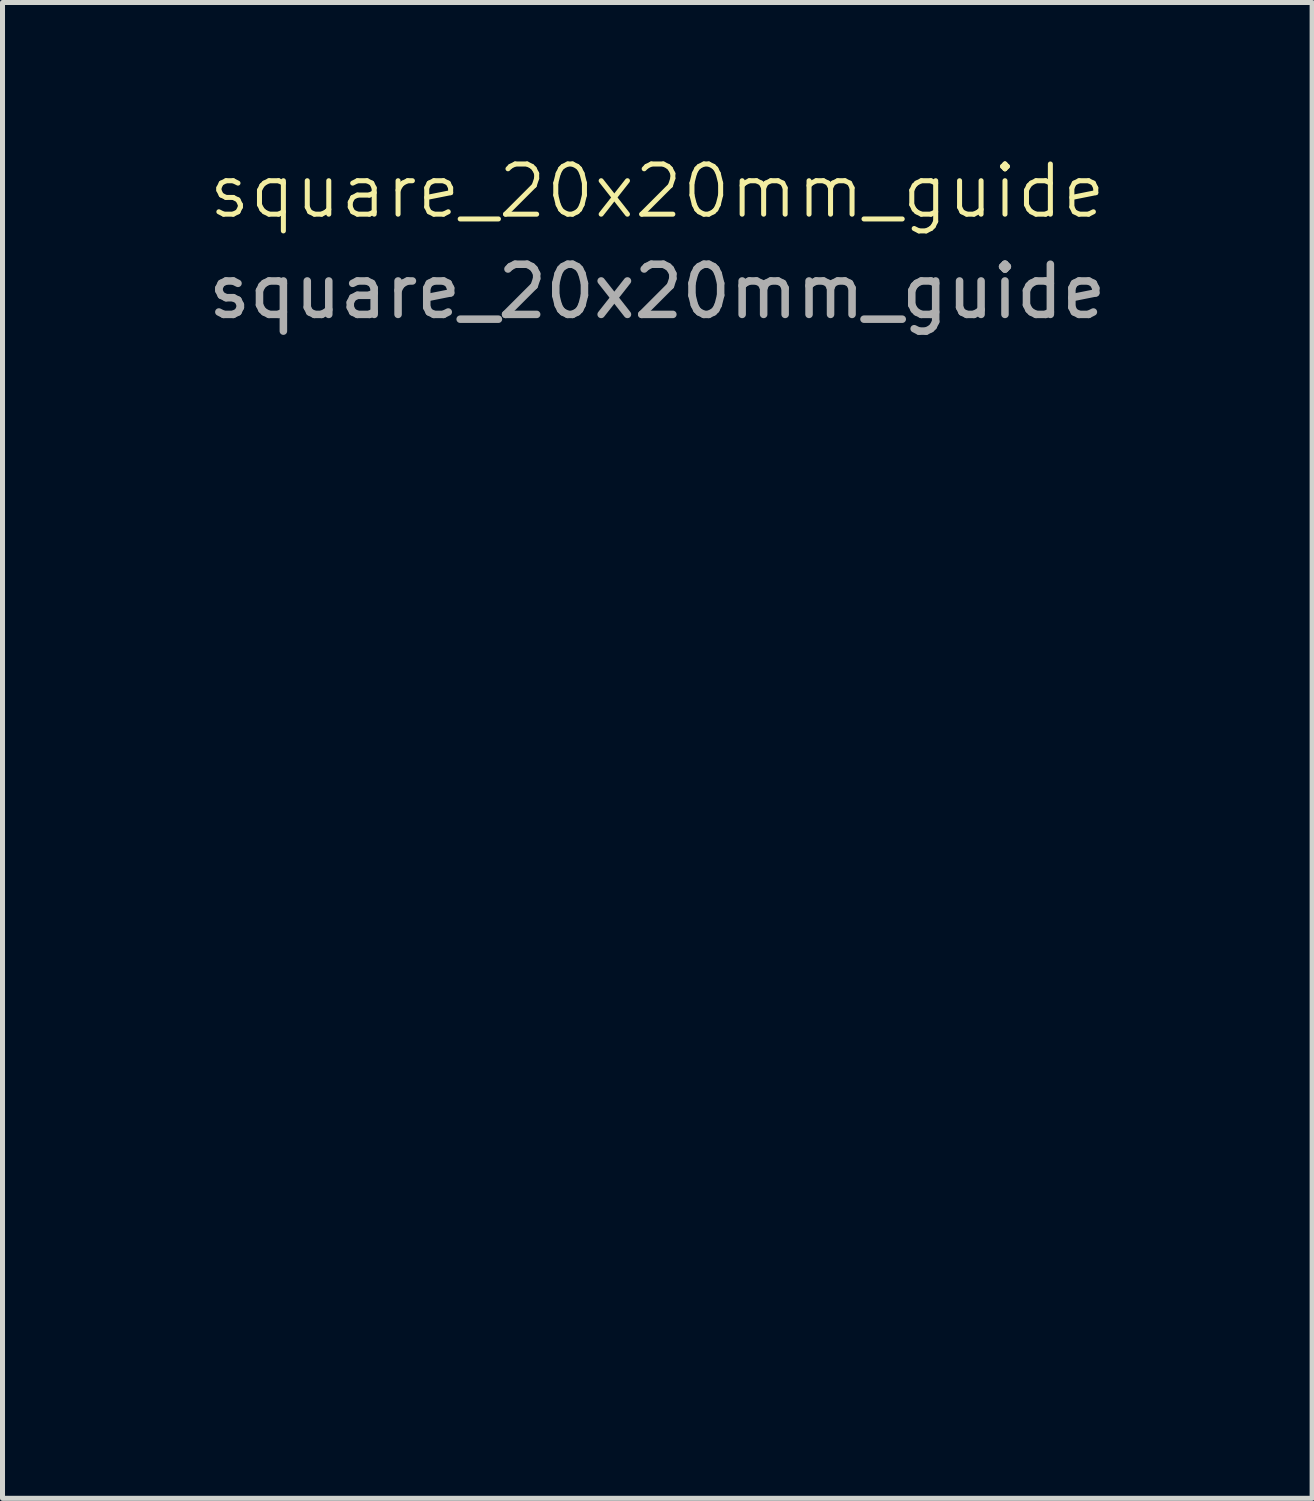
<source format=kicad_pcb>
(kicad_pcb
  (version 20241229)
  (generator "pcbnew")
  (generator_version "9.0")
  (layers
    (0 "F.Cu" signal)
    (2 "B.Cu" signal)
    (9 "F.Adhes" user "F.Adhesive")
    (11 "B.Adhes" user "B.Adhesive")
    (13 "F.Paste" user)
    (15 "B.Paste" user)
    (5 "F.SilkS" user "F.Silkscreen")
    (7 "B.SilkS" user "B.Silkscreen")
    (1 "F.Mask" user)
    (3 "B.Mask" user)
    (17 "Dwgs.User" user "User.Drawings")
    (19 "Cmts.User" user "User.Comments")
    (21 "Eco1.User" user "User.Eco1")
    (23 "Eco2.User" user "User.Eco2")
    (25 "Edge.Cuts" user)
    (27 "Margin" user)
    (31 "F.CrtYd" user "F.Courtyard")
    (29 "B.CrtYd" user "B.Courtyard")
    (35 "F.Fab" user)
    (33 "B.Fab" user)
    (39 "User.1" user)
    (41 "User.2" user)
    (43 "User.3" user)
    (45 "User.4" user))
  (footprint "square_20x20mm_guide"
    (layer "F.Cu")
    (at 10.05 13.761)
    (property "Reference" "square_20x20mm_guide" (at 0 -13 0) (unlocked yes) (layer "F.SilkS") (effects (font (size 1 1) (thickness 0.1))))
    (attr smd)
    (fp_rect (start -10 -10) (end 10 10) (stroke (width 0.1) (type default)) (fill no) (layer "User.3"))
    (fp_rect (start -6.9 -6.9) (end 6.9 6.9) (stroke (width 0.1) (type default)) (fill no) (layer "User.3"))
    (fp_text user "${REFERENCE}" (at 0 -11 0) (unlocked yes) (layer "F.Fab") (effects (font (size 1 1) (thickness 0.15)))))
  (gr_rect
    (start -3 -3)
    (end 23.1 26.811)
    (stroke (width 0.1) (type default))
    (fill no)
    (layer "Edge.Cuts")))
</source>
